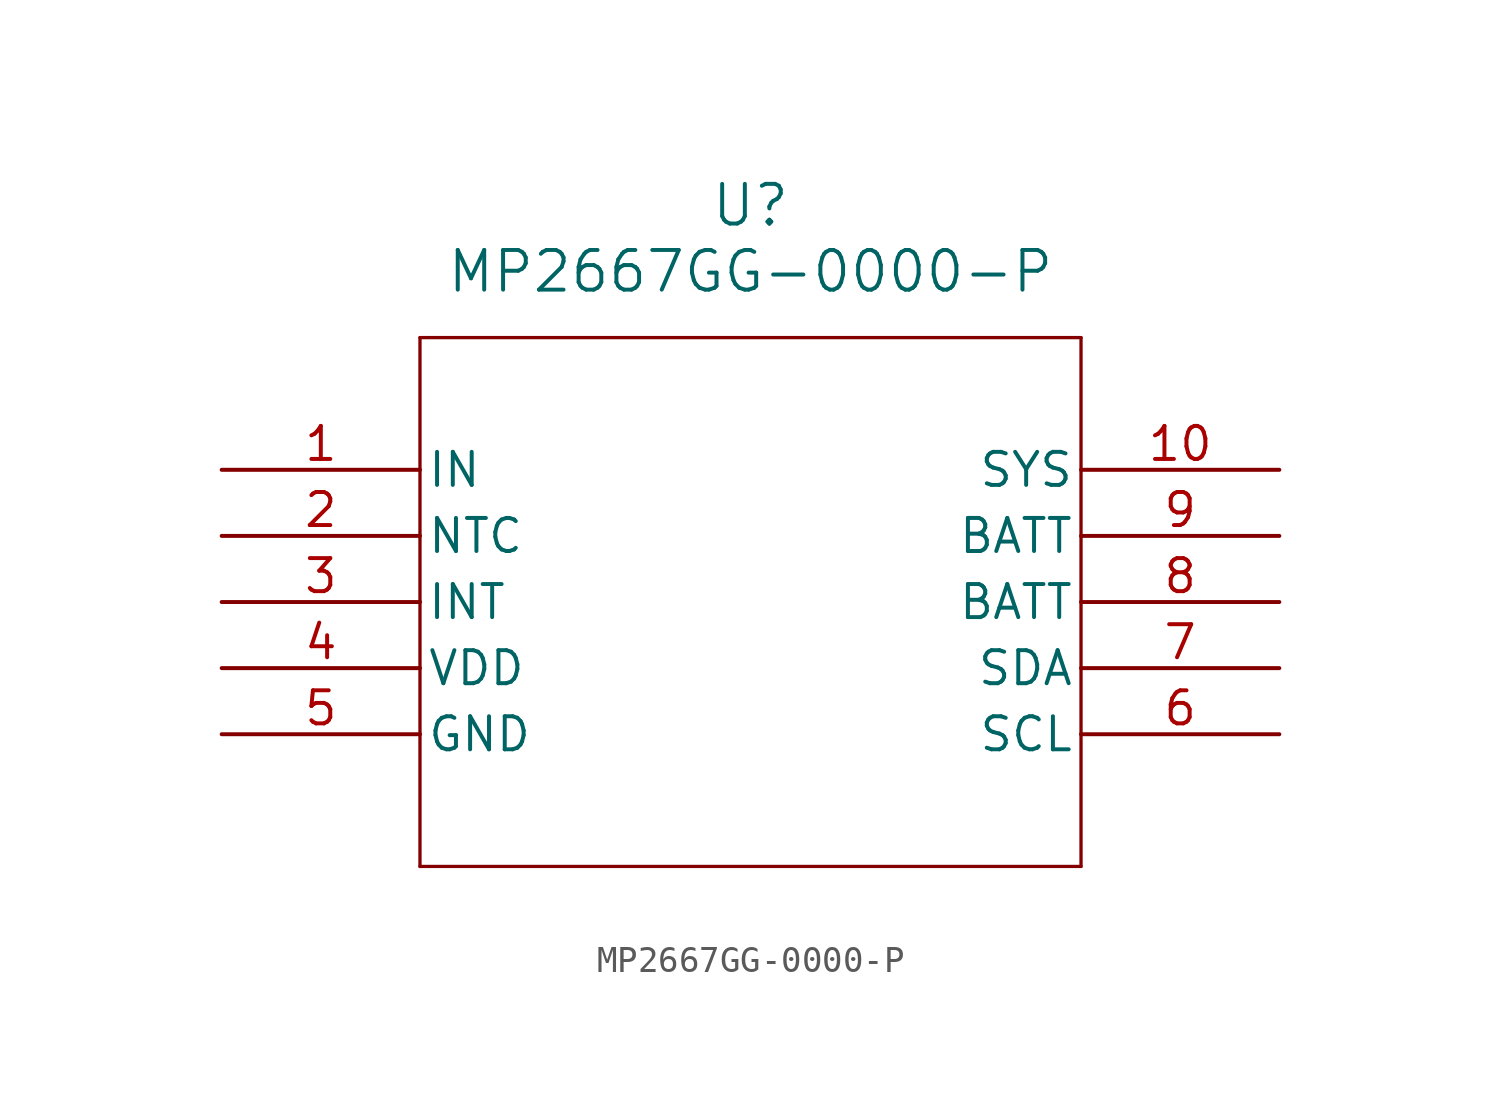
<source format=kicad_sym>
(kicad_symbol_lib
  (version 20211014)
  (generator kicad_symbol_editor)
  (symbol "MP2667GG-0000-P"
    (pin_names
      (offset 0.254))
    (property "Reference" "U"
      (at 20.32 10.16 0)
      (effects (font (size 1.524 1.524))))
    (property "Value" "MP2667GG-0000-P"
      (at 20.32 7.62 0)
      (effects (font (size 1.524 1.524))))
    (symbol "MP2667GG-0000-P_0_1"
      (polyline (pts (xy 7.62 5.08) (xy 7.62 -15.24)) (stroke (width 0.127) (type default) (color 0 0 0 0)) (fill (type none)))
      (polyline (pts (xy 7.62 -15.24) (xy 33.02 -15.24)) (stroke (width 0.127) (type default) (color 0 0 0 0)) (fill (type none)))
      (polyline (pts (xy 33.02 -15.24) (xy 33.02 5.08)) (stroke (width 0.127) (type default) (color 0 0 0 0)) (fill (type none)))
      (polyline (pts (xy 33.02 5.08) (xy 7.62 5.08)) (stroke (width 0.127) (type default) (color 0 0 0 0)) (fill (type none)))
      (pin power_in line (at 0 0 0) (length 7.62) (name "IN" (effects (font (size 1.27 1.27)))) (number "1" (effects (font (size 1.27 1.27)))))
      (pin input line (at 0 -2.54 0) (length 7.62) (name "NTC" (effects (font (size 1.27 1.27)))) (number "2" (effects (font (size 1.27 1.27)))))
      (pin output line (at 0 -5.08 0) (length 7.62) (name "INT" (effects (font (size 1.27 1.27)))) (number "3" (effects (font (size 1.27 1.27)))))
      (pin input line (at 0 -7.62 0) (length 7.62) (name "VDD" (effects (font (size 1.27 1.27)))) (number "4" (effects (font (size 1.27 1.27)))))
      (pin power_in line (at 0 -10.16 0) (length 7.62) (name "GND" (effects (font (size 1.27 1.27)))) (number "5" (effects (font (size 1.27 1.27)))))
      (pin bidirectional line (at 40.64 -10.16 180) (length 7.62) (name "SCL" (effects (font (size 1.27 1.27)))) (number "6" (effects (font (size 1.27 1.27)))))
      (pin bidirectional line (at 40.64 -7.62 180) (length 7.62) (name "SDA" (effects (font (size 1.27 1.27)))) (number "7" (effects (font (size 1.27 1.27)))))
      (pin power_in line (at 40.64 -5.08 180) (length 7.62) (name "BATT" (effects (font (size 1.27 1.27)))) (number "8" (effects (font (size 1.27 1.27)))))
      (pin power_in line (at 40.64 -2.54 180) (length 7.62) (name "BATT" (effects (font (size 1.27 1.27)))) (number "9" (effects (font (size 1.27 1.27)))))
      (pin power_in line (at 40.64 0 180) (length 7.62) (name "SYS" (effects (font (size 1.27 1.27)))) (number "10" (effects (font (size 1.27 1.27))))))))
</source>
